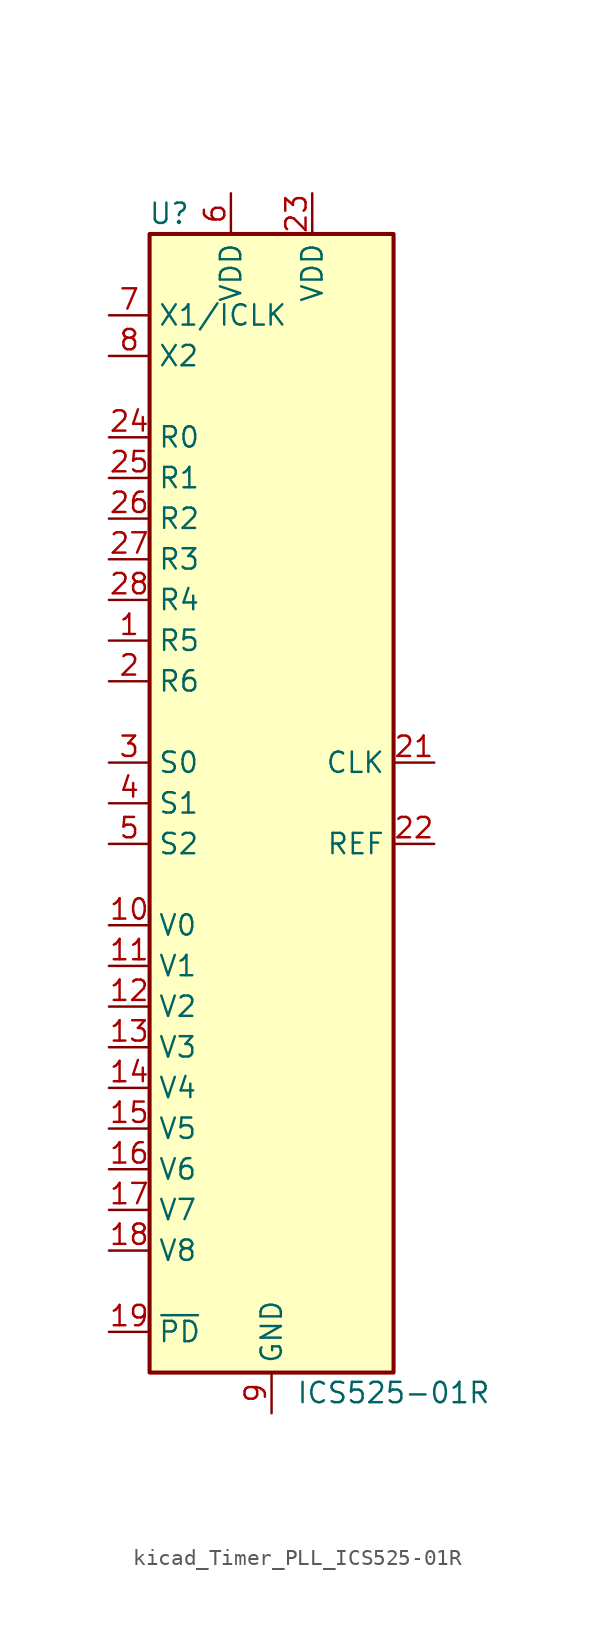
<source format=kicad_sym>
(kicad_symbol_lib
  (version 20220914)
  (generator kicad_symbol_editor)
  (symbol "kicad_Timer_PLL_ICS525-01R"
    (property "Reference" "U"
      (at -5.08 36.83 0)
      (effects (font (size 1.27 1.27)) (justify right)))
    (property "Value" "ICS525-01R"
      (at 7.62 -36.83 0)
      (effects (font (size 1.27 1.27))))
    (symbol "kicad_Timer_PLL_ICS525-01R_0_1"
      (rectangle (start -7.62 35.56) (end 7.62 -35.56) (stroke (width 0.254) (type default)) (fill (type background))))
    (symbol "kicad_Timer_PLL_ICS525-01R_1_1"
      (pin input line (at -10.16 10.16 0) (length 2.54) (name "R5" (effects (font (size 1.27 1.27)))) (number "1" (effects (font (size 1.27 1.27)))))
      (pin input line (at -10.16 -7.62 0) (length 2.54) (name "V0" (effects (font (size 1.27 1.27)))) (number "10" (effects (font (size 1.27 1.27)))))
      (pin input line (at -10.16 -10.16 0) (length 2.54) (name "V1" (effects (font (size 1.27 1.27)))) (number "11" (effects (font (size 1.27 1.27)))))
      (pin input line (at -10.16 -12.7 0) (length 2.54) (name "V2" (effects (font (size 1.27 1.27)))) (number "12" (effects (font (size 1.27 1.27)))))
      (pin input line (at -10.16 -15.24 0) (length 2.54) (name "V3" (effects (font (size 1.27 1.27)))) (number "13" (effects (font (size 1.27 1.27)))))
      (pin input line (at -10.16 -17.78 0) (length 2.54) (name "V4" (effects (font (size 1.27 1.27)))) (number "14" (effects (font (size 1.27 1.27)))))
      (pin input line (at -10.16 -20.32 0) (length 2.54) (name "V5" (effects (font (size 1.27 1.27)))) (number "15" (effects (font (size 1.27 1.27)))))
      (pin input line (at -10.16 -22.86 0) (length 2.54) (name "V6" (effects (font (size 1.27 1.27)))) (number "16" (effects (font (size 1.27 1.27)))))
      (pin input line (at -10.16 -25.4 0) (length 2.54) (name "V7" (effects (font (size 1.27 1.27)))) (number "17" (effects (font (size 1.27 1.27)))))
      (pin input line (at -10.16 -27.94 0) (length 2.54) (name "V8" (effects (font (size 1.27 1.27)))) (number "18" (effects (font (size 1.27 1.27)))))
      (pin input line (at -10.16 -33.02 0) (length 2.54) (name "~{PD}" (effects (font (size 1.27 1.27)))) (number "19" (effects (font (size 1.27 1.27)))))
      (pin input line (at -10.16 7.62 0) (length 2.54) (name "R6" (effects (font (size 1.27 1.27)))) (number "2" (effects (font (size 1.27 1.27)))))
      (pin passive line (at 0 -38.1 90) (length 2.54) hide (name "GND" (effects (font (size 1.27 1.27)))) (number "20" (effects (font (size 1.27 1.27)))))
      (pin tri_state line (at 10.16 2.54 180) (length 2.54) (name "CLK" (effects (font (size 1.27 1.27)))) (number "21" (effects (font (size 1.27 1.27)))))
      (pin tri_state line (at 10.16 -2.54 180) (length 2.54) (name "REF" (effects (font (size 1.27 1.27)))) (number "22" (effects (font (size 1.27 1.27)))))
      (pin power_in line (at 2.54 38.1 270) (length 2.54) (name "VDD" (effects (font (size 1.27 1.27)))) (number "23" (effects (font (size 1.27 1.27)))))
      (pin input line (at -10.16 22.86 0) (length 2.54) (name "R0" (effects (font (size 1.27 1.27)))) (number "24" (effects (font (size 1.27 1.27)))))
      (pin input line (at -10.16 20.32 0) (length 2.54) (name "R1" (effects (font (size 1.27 1.27)))) (number "25" (effects (font (size 1.27 1.27)))))
      (pin input line (at -10.16 17.78 0) (length 2.54) (name "R2" (effects (font (size 1.27 1.27)))) (number "26" (effects (font (size 1.27 1.27)))))
      (pin input line (at -10.16 15.24 0) (length 2.54) (name "R3" (effects (font (size 1.27 1.27)))) (number "27" (effects (font (size 1.27 1.27)))))
      (pin input line (at -10.16 12.7 0) (length 2.54) (name "R4" (effects (font (size 1.27 1.27)))) (number "28" (effects (font (size 1.27 1.27)))))
      (pin input line (at -10.16 2.54 0) (length 2.54) (name "S0" (effects (font (size 1.27 1.27)))) (number "3" (effects (font (size 1.27 1.27)))))
      (pin input line (at -10.16 0 0) (length 2.54) (name "S1" (effects (font (size 1.27 1.27)))) (number "4" (effects (font (size 1.27 1.27)))))
      (pin input line (at -10.16 -2.54 0) (length 2.54) (name "S2" (effects (font (size 1.27 1.27)))) (number "5" (effects (font (size 1.27 1.27)))))
      (pin power_in line (at -2.54 38.1 270) (length 2.54) (name "VDD" (effects (font (size 1.27 1.27)))) (number "6" (effects (font (size 1.27 1.27)))))
      (pin input line (at -10.16 30.48 0) (length 2.54) (name "X1/ICLK" (effects (font (size 1.27 1.27)))) (number "7" (effects (font (size 1.27 1.27)))))
      (pin output line (at -10.16 27.94 0) (length 2.54) (name "X2" (effects (font (size 1.27 1.27)))) (number "8" (effects (font (size 1.27 1.27)))))
      (pin power_in line (at 0 -38.1 90) (length 2.54) (name "GND" (effects (font (size 1.27 1.27)))) (number "9" (effects (font (size 1.27 1.27))))))))
</source>
